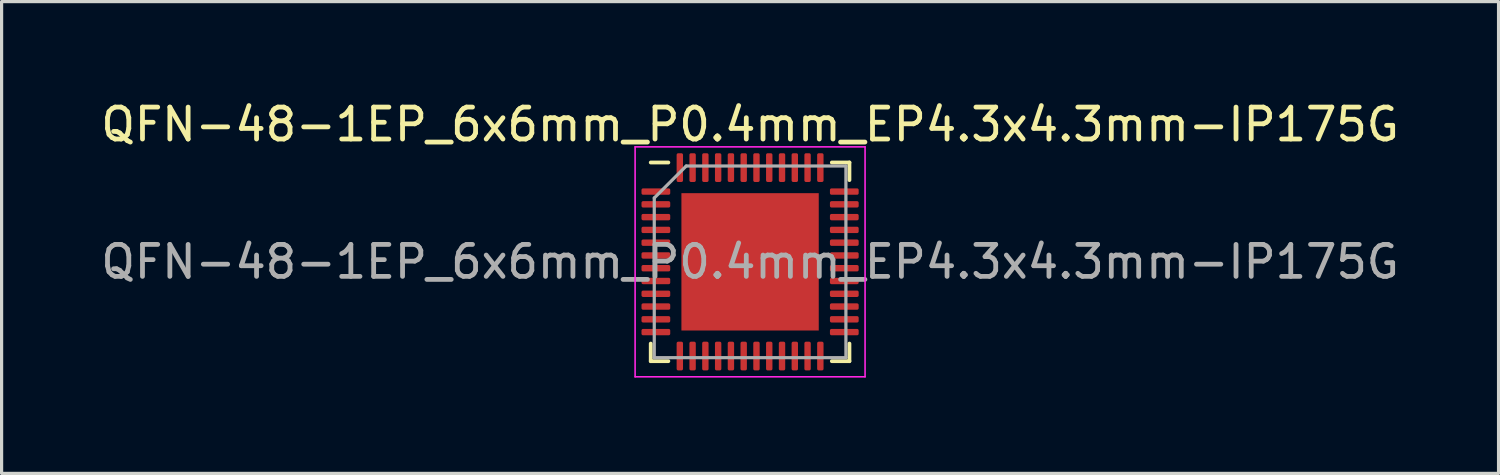
<source format=kicad_pcb>
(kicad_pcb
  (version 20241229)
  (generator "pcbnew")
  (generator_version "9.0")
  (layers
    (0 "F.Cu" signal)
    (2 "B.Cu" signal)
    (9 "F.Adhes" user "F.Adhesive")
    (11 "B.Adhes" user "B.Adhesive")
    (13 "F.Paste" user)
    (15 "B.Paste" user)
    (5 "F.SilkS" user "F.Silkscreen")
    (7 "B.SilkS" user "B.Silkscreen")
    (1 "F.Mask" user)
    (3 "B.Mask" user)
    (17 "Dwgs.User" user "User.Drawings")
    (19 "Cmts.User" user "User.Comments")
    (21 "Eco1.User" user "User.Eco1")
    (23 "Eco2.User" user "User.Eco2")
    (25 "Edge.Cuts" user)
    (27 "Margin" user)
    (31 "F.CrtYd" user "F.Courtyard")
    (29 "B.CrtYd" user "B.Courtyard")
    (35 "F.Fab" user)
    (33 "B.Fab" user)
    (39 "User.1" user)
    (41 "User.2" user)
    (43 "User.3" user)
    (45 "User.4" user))
  (footprint "QFN-48-1EP_6x6mm_P0.4mm_EP4.3x4.3mm-IP175G"
    (layer "F.Cu")
    (at 20.435 5.148)
    (property "Reference" "QFN-48-1EP_6x6mm_P0.4mm_EP4.3x4.3mm-IP175G" (at 0 -4.3 0) (layer "F.SilkS") (effects (font (size 1 1) (thickness 0.15))))
    (attr smd)
    (fp_line (start -3.11 3.11) (end -3.11 2.56) (stroke (width 0.12) (type solid)) (layer "F.SilkS"))
    (fp_line (start -2.56 -3.11) (end -3.11 -3.11) (stroke (width 0.12) (type solid)) (layer "F.SilkS"))
    (fp_line (start -2.56 3.11) (end -3.11 3.11) (stroke (width 0.12) (type solid)) (layer "F.SilkS"))
    (fp_line (start 2.56 -3.11) (end 3.11 -3.11) (stroke (width 0.12) (type solid)) (layer "F.SilkS"))
    (fp_line (start 2.56 3.11) (end 3.11 3.11) (stroke (width 0.12) (type solid)) (layer "F.SilkS"))
    (fp_line (start 3.11 -3.11) (end 3.11 -2.56) (stroke (width 0.12) (type solid)) (layer "F.SilkS"))
    (fp_line (start 3.11 3.11) (end 3.11 2.56) (stroke (width 0.12) (type solid)) (layer "F.SilkS"))
    (fp_line (start -3.6 -3.6) (end -3.6 3.6) (stroke (width 0.05) (type solid)) (layer "F.CrtYd"))
    (fp_line (start -3.6 3.6) (end 3.6 3.6) (stroke (width 0.05) (type solid)) (layer "F.CrtYd"))
    (fp_line (start 3.6 -3.6) (end -3.6 -3.6) (stroke (width 0.05) (type solid)) (layer "F.CrtYd"))
    (fp_line (start 3.6 3.6) (end 3.6 -3.6) (stroke (width 0.05) (type solid)) (layer "F.CrtYd"))
    (fp_line (start -3 -2) (end -2 -3) (stroke (width 0.1) (type solid)) (layer "F.Fab"))
    (fp_line (start -3 3) (end -3 -2) (stroke (width 0.1) (type solid)) (layer "F.Fab"))
    (fp_line (start -2 -3) (end 3 -3) (stroke (width 0.1) (type solid)) (layer "F.Fab"))
    (fp_line (start 3 -3) (end 3 3) (stroke (width 0.1) (type solid)) (layer "F.Fab"))
    (fp_line (start 3 3) (end -3 3) (stroke (width 0.1) (type solid)) (layer "F.Fab"))
    (fp_text user "${REFERENCE}" (at 0 0 0) (layer "F.Fab") (effects (font (size 1 1) (thickness 0.15))))
    (pad "" smd roundrect (at -1.43 -1.43) (size 1.16 1.16) (layers "F.Paste") (roundrect_rratio 0.216))
    (pad "" smd roundrect (at -1.43 0) (size 1.16 1.16) (layers "F.Paste") (roundrect_rratio 0.216))
    (pad "" smd roundrect (at -1.43 1.43) (size 1.16 1.16) (layers "F.Paste") (roundrect_rratio 0.216))
    (pad "" smd roundrect (at 0 -1.43) (size 1.16 1.16) (layers "F.Paste") (roundrect_rratio 0.216))
    (pad "" smd roundrect (at 0 0) (size 1.16 1.16) (layers "F.Paste") (roundrect_rratio 0.216))
    (pad "" smd roundrect (at 0 1.43) (size 1.16 1.16) (layers "F.Paste") (roundrect_rratio 0.216))
    (pad "" smd roundrect (at 1.43 -1.43) (size 1.16 1.16) (layers "F.Paste") (roundrect_rratio 0.216))
    (pad "" smd roundrect (at 1.43 0) (size 1.16 1.16) (layers "F.Paste") (roundrect_rratio 0.216))
    (pad "" smd roundrect (at 1.43 1.43) (size 1.16 1.16) (layers "F.Paste") (roundrect_rratio 0.216))
    (pad "1" smd roundrect (at -2.95 -2.2) (size 0.9 0.2) (layers "F.Cu" "F.Mask" "F.Paste") (roundrect_rratio 0.25))
    (pad "2" smd roundrect (at -2.95 -1.8) (size 0.9 0.2) (layers "F.Cu" "F.Mask" "F.Paste") (roundrect_rratio 0.25))
    (pad "3" smd roundrect (at -2.95 -1.4) (size 0.9 0.2) (layers "F.Cu" "F.Mask" "F.Paste") (roundrect_rratio 0.25))
    (pad "4" smd roundrect (at -2.95 -1) (size 0.9 0.2) (layers "F.Cu" "F.Mask" "F.Paste") (roundrect_rratio 0.25))
    (pad "5" smd roundrect (at -2.95 -0.6) (size 0.9 0.2) (layers "F.Cu" "F.Mask" "F.Paste") (roundrect_rratio 0.25))
    (pad "6" smd roundrect (at -2.95 -0.2) (size 0.9 0.2) (layers "F.Cu" "F.Mask" "F.Paste") (roundrect_rratio 0.25))
    (pad "7" smd roundrect (at -2.95 0.2) (size 0.9 0.2) (layers "F.Cu" "F.Mask" "F.Paste") (roundrect_rratio 0.25))
    (pad "8" smd roundrect (at -2.95 0.6) (size 0.9 0.2) (layers "F.Cu" "F.Mask" "F.Paste") (roundrect_rratio 0.25))
    (pad "9" smd roundrect (at -2.95 1) (size 0.9 0.2) (layers "F.Cu" "F.Mask" "F.Paste") (roundrect_rratio 0.25))
    (pad "10" smd roundrect (at -2.95 1.4) (size 0.9 0.2) (layers "F.Cu" "F.Mask" "F.Paste") (roundrect_rratio 0.25))
    (pad "11" smd roundrect (at -2.95 1.8) (size 0.9 0.2) (layers "F.Cu" "F.Mask" "F.Paste") (roundrect_rratio 0.25))
    (pad "12" smd roundrect (at -2.95 2.2) (size 0.9 0.2) (layers "F.Cu" "F.Mask" "F.Paste") (roundrect_rratio 0.25))
    (pad "13" smd roundrect (at -2.2 2.95) (size 0.2 0.9) (layers "F.Cu" "F.Mask" "F.Paste") (roundrect_rratio 0.25))
    (pad "14" smd roundrect (at -1.8 2.95) (size 0.2 0.9) (layers "F.Cu" "F.Mask" "F.Paste") (roundrect_rratio 0.25))
    (pad "15" smd roundrect (at -1.4 2.95) (size 0.2 0.9) (layers "F.Cu" "F.Mask" "F.Paste") (roundrect_rratio 0.25))
    (pad "16" smd roundrect (at -1 2.95) (size 0.2 0.9) (layers "F.Cu" "F.Mask" "F.Paste") (roundrect_rratio 0.25))
    (pad "17" smd roundrect (at -0.6 2.95) (size 0.2 0.9) (layers "F.Cu" "F.Mask" "F.Paste") (roundrect_rratio 0.25))
    (pad "18" smd roundrect (at -0.2 2.95) (size 0.2 0.9) (layers "F.Cu" "F.Mask" "F.Paste") (roundrect_rratio 0.25))
    (pad "19" smd roundrect (at 0.2 2.95) (size 0.2 0.9) (layers "F.Cu" "F.Mask" "F.Paste") (roundrect_rratio 0.25))
    (pad "20" smd roundrect (at 0.6 2.95) (size 0.2 0.9) (layers "F.Cu" "F.Mask" "F.Paste") (roundrect_rratio 0.25))
    (pad "21" smd roundrect (at 1 2.95) (size 0.2 0.9) (layers "F.Cu" "F.Mask" "F.Paste") (roundrect_rratio 0.25))
    (pad "22" smd roundrect (at 1.4 2.95) (size 0.2 0.9) (layers "F.Cu" "F.Mask" "F.Paste") (roundrect_rratio 0.25))
    (pad "23" smd roundrect (at 1.8 2.95) (size 0.2 0.9) (layers "F.Cu" "F.Mask" "F.Paste") (roundrect_rratio 0.25))
    (pad "24" smd roundrect (at 2.2 2.95) (size 0.2 0.9) (layers "F.Cu" "F.Mask" "F.Paste") (roundrect_rratio 0.25))
    (pad "25" smd roundrect (at 2.95 2.2) (size 0.9 0.2) (layers "F.Cu" "F.Mask" "F.Paste") (roundrect_rratio 0.25))
    (pad "26" smd roundrect (at 2.95 1.8) (size 0.9 0.2) (layers "F.Cu" "F.Mask" "F.Paste") (roundrect_rratio 0.25))
    (pad "27" smd roundrect (at 2.95 1.4) (size 0.9 0.2) (layers "F.Cu" "F.Mask" "F.Paste") (roundrect_rratio 0.25))
    (pad "28" smd roundrect (at 2.95 1) (size 0.9 0.2) (layers "F.Cu" "F.Mask" "F.Paste") (roundrect_rratio 0.25))
    (pad "29" smd roundrect (at 2.95 0.6) (size 0.9 0.2) (layers "F.Cu" "F.Mask" "F.Paste") (roundrect_rratio 0.25))
    (pad "30" smd roundrect (at 2.95 0.2) (size 0.9 0.2) (layers "F.Cu" "F.Mask" "F.Paste") (roundrect_rratio 0.25))
    (pad "31" smd roundrect (at 2.95 -0.2) (size 0.9 0.2) (layers "F.Cu" "F.Mask" "F.Paste") (roundrect_rratio 0.25))
    (pad "32" smd roundrect (at 2.95 -0.6) (size 0.9 0.2) (layers "F.Cu" "F.Mask" "F.Paste") (roundrect_rratio 0.25))
    (pad "33" smd roundrect (at 2.95 -1) (size 0.9 0.2) (layers "F.Cu" "F.Mask" "F.Paste") (roundrect_rratio 0.25))
    (pad "34" smd roundrect (at 2.95 -1.4) (size 0.9 0.2) (layers "F.Cu" "F.Mask" "F.Paste") (roundrect_rratio 0.25))
    (pad "35" smd roundrect (at 2.95 -1.8) (size 0.9 0.2) (layers "F.Cu" "F.Mask" "F.Paste") (roundrect_rratio 0.25))
    (pad "36" smd roundrect (at 2.95 -2.2) (size 0.9 0.2) (layers "F.Cu" "F.Mask" "F.Paste") (roundrect_rratio 0.25))
    (pad "37" smd roundrect (at 2.2 -2.95) (size 0.2 0.9) (layers "F.Cu" "F.Mask" "F.Paste") (roundrect_rratio 0.25))
    (pad "38" smd roundrect (at 1.8 -2.95) (size 0.2 0.9) (layers "F.Cu" "F.Mask" "F.Paste") (roundrect_rratio 0.25))
    (pad "39" smd roundrect (at 1.4 -2.95) (size 0.2 0.9) (layers "F.Cu" "F.Mask" "F.Paste") (roundrect_rratio 0.25))
    (pad "40" smd roundrect (at 1 -2.95) (size 0.2 0.9) (layers "F.Cu" "F.Mask" "F.Paste") (roundrect_rratio 0.25))
    (pad "41" smd roundrect (at 0.6 -2.95) (size 0.2 0.9) (layers "F.Cu" "F.Mask" "F.Paste") (roundrect_rratio 0.25))
    (pad "42" smd roundrect (at 0.2 -2.95) (size 0.2 0.9) (layers "F.Cu" "F.Mask" "F.Paste") (roundrect_rratio 0.25))
    (pad "43" smd roundrect (at -0.2 -2.95) (size 0.2 0.9) (layers "F.Cu" "F.Mask" "F.Paste") (roundrect_rratio 0.25))
    (pad "44" smd roundrect (at -0.6 -2.95) (size 0.2 0.9) (layers "F.Cu" "F.Mask" "F.Paste") (roundrect_rratio 0.25))
    (pad "45" smd roundrect (at -1 -2.95) (size 0.2 0.9) (layers "F.Cu" "F.Mask" "F.Paste") (roundrect_rratio 0.25))
    (pad "46" smd roundrect (at -1.4 -2.95) (size 0.2 0.9) (layers "F.Cu" "F.Mask" "F.Paste") (roundrect_rratio 0.25))
    (pad "47" smd roundrect (at -1.8 -2.95) (size 0.2 0.9) (layers "F.Cu" "F.Mask" "F.Paste") (roundrect_rratio 0.25))
    (pad "48" smd roundrect (at -2.2 -2.95) (size 0.2 0.9) (layers "F.Cu" "F.Mask" "F.Paste") (roundrect_rratio 0.25))
    (pad "49" smd rect (at 0 0) (size 4.3 4.3) (layers "F.Cu" "F.Mask")))
  (gr_rect
    (start -3 -3)
    (end 43.869 11.773)
    (stroke (width 0.1) (type default))
    (fill no)
    (layer "Edge.Cuts")))
</source>
